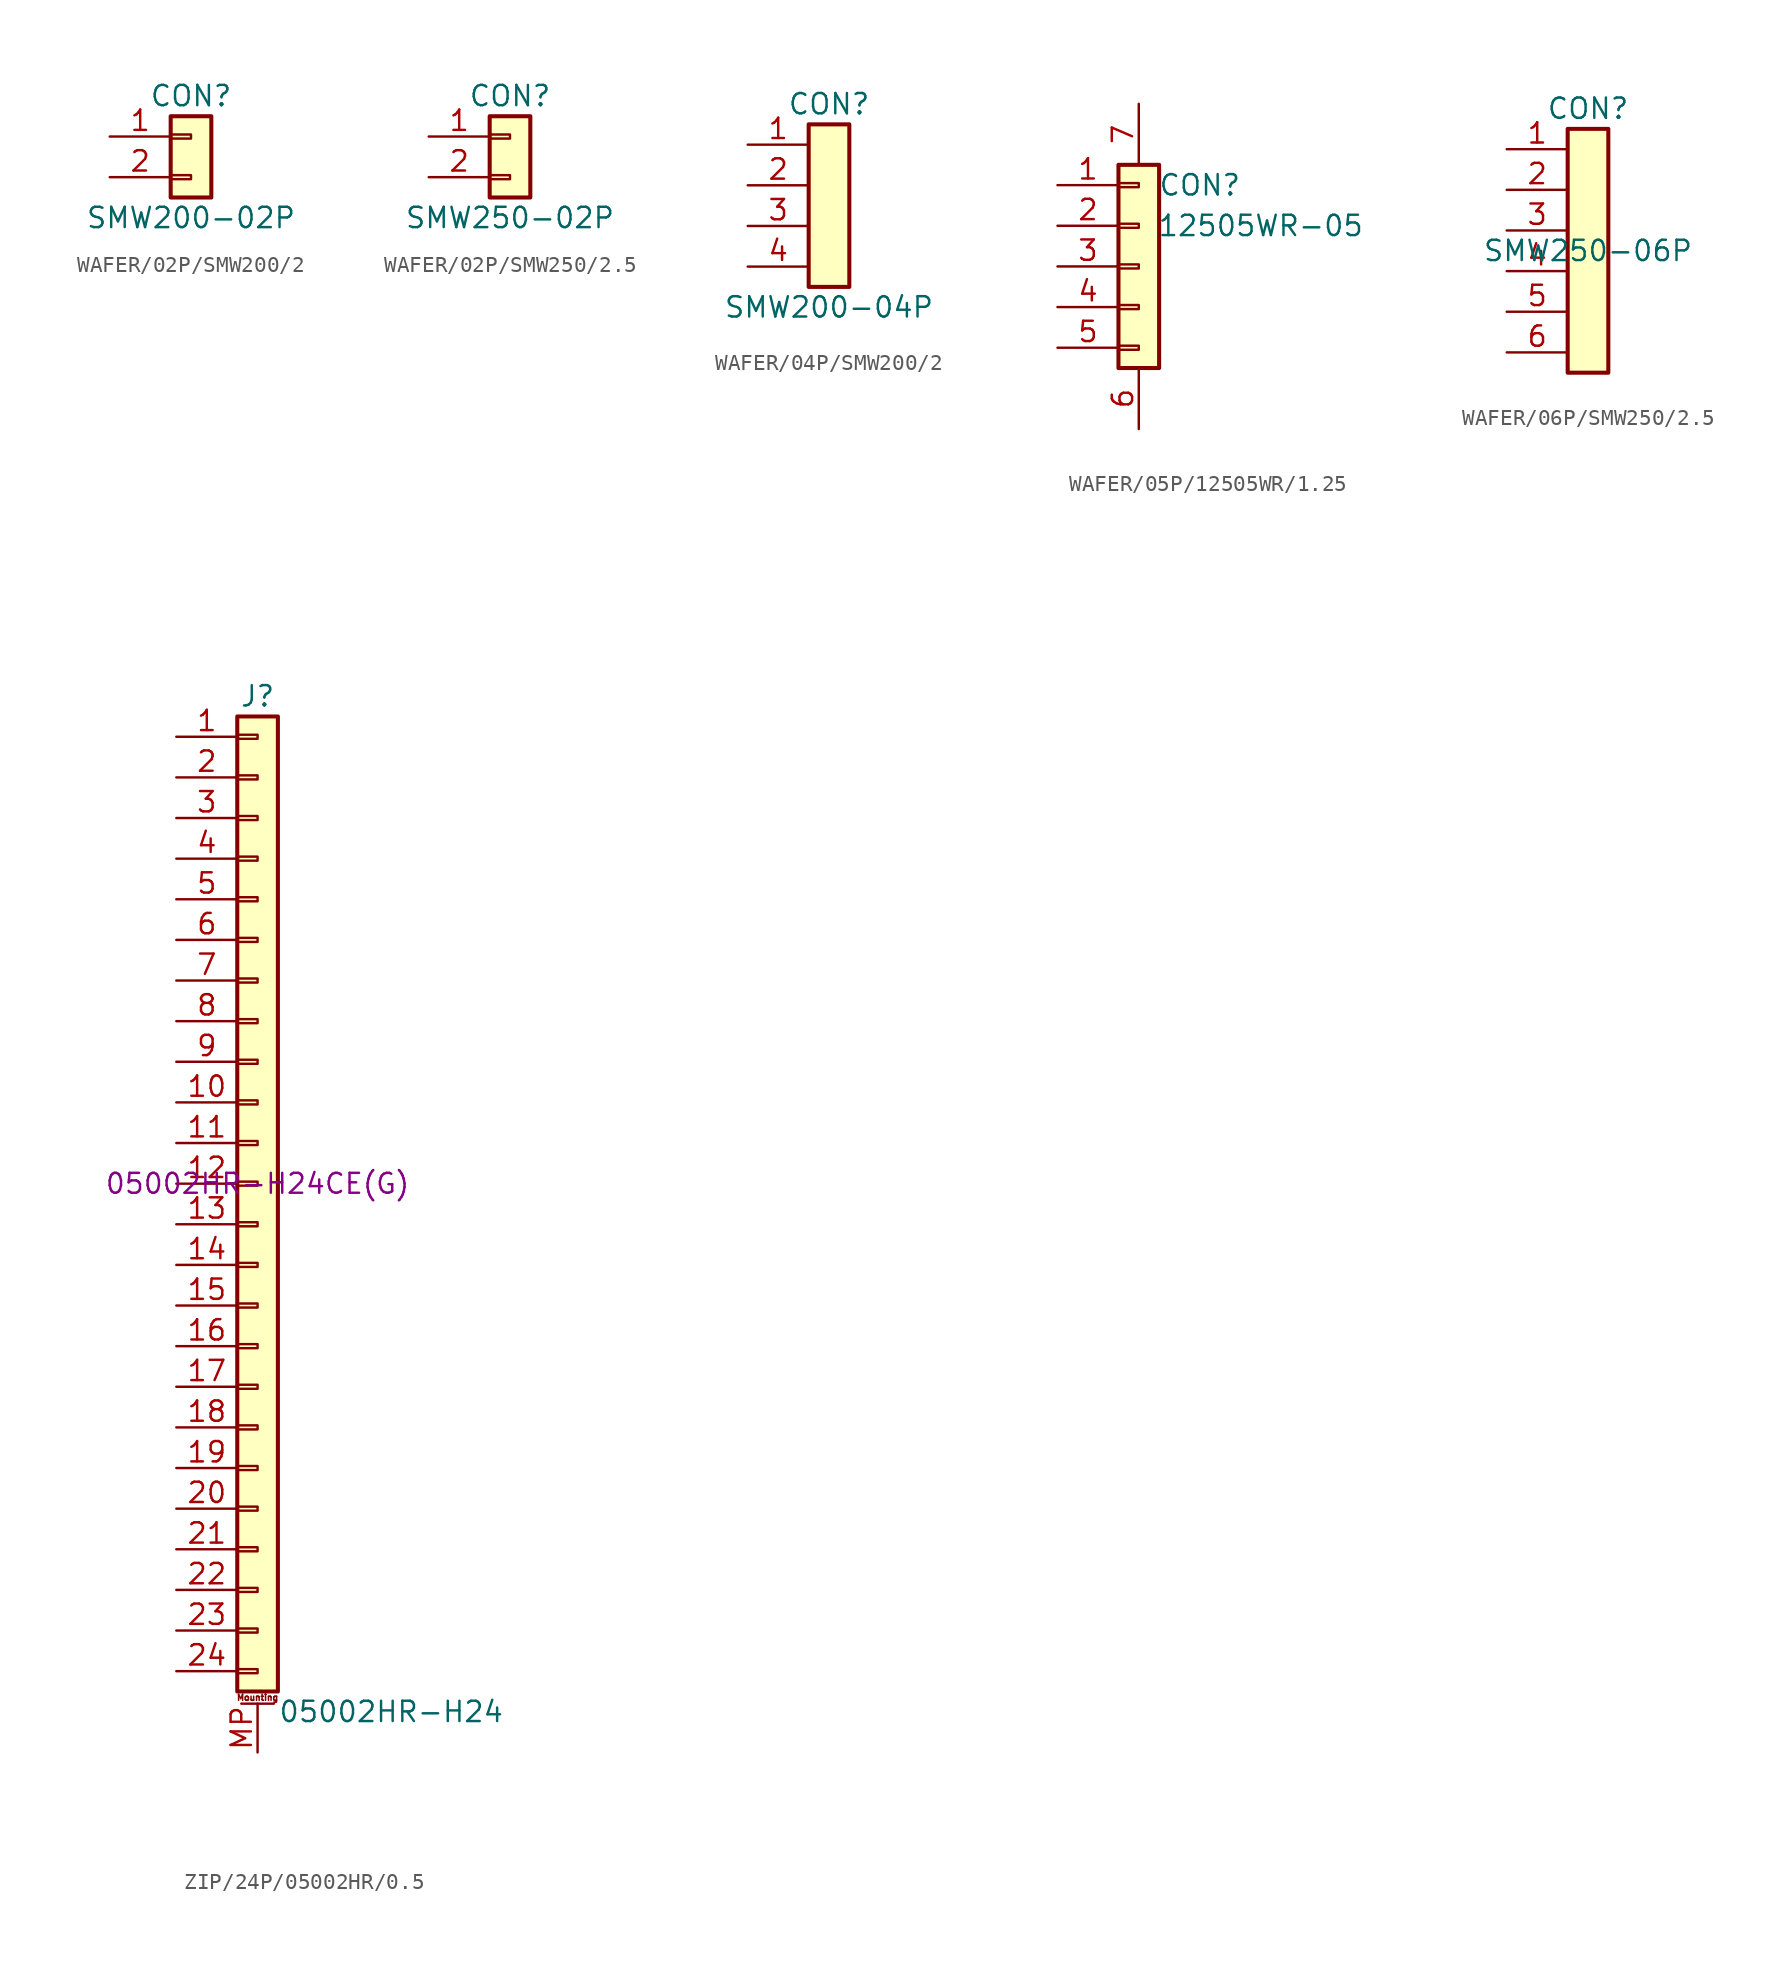
<source format=kicad_sym>
(kicad_symbol_lib
  (version 20220914)
  (generator kicad_symbol_editor)
  (symbol "WAFER/02P/SMW200/2"
    (pin_names
      (offset 1.016) hide)
    (property "Reference" "CON"
      (at 0 3.81 0)
      (effects (font (size 1.27 1.27))))
    (property "Value" "SMW200-02P"
      (at 0 -3.81 0)
      (effects (font (size 1.27 1.27))))
    (symbol "WAFER/02P/SMW200/2_1_1"
      (rectangle (start -1.27 -1.143) (end 0 -1.397) (stroke (width 0.152) (type default)) (fill (type none)))
      (rectangle (start -1.27 1.397) (end 0 1.143) (stroke (width 0.152) (type default)) (fill (type none)))
      (rectangle (start -1.27 2.54) (end 1.27 -2.54) (stroke (width 0.254) (type default)) (fill (type background)))
      (pin passive line (at -5.08 1.27 0) (length 3.81) (name "Pin_1" (effects (font (size 1.27 1.27)))) (number "1" (effects (font (size 1.27 1.27)))))
      (pin passive line (at -5.08 -1.27 0) (length 3.81) (name "Pin_2" (effects (font (size 1.27 1.27)))) (number "2" (effects (font (size 1.27 1.27)))))))
  (symbol "WAFER/02P/SMW250/2.5"
    (pin_names
      (offset 1.016) hide)
    (property "Reference" "CON"
      (at 0 3.81 0)
      (effects (font (size 1.27 1.27))))
    (property "Value" "SMW250-02P"
      (at 0 -3.81 0)
      (effects (font (size 1.27 1.27))))
    (symbol "WAFER/02P/SMW250/2.5_1_1"
      (rectangle (start -1.27 -1.143) (end 0 -1.397) (stroke (width 0.152) (type default)) (fill (type none)))
      (rectangle (start -1.27 1.397) (end 0 1.143) (stroke (width 0.152) (type default)) (fill (type none)))
      (rectangle (start -1.27 2.54) (end 1.27 -2.54) (stroke (width 0.254) (type default)) (fill (type background)))
      (pin passive line (at -5.08 1.27 0) (length 3.81) (name "Pin_1" (effects (font (size 1.27 1.27)))) (number "1" (effects (font (size 1.27 1.27)))))
      (pin passive line (at -5.08 -1.27 0) (length 3.81) (name "Pin_2" (effects (font (size 1.27 1.27)))) (number "2" (effects (font (size 1.27 1.27)))))))
  (symbol "WAFER/04P/SMW200/2"
    (pin_names
      (offset 1.016) hide)
    (property "Reference" "CON"
      (at 0 6.35 0)
      (effects (font (size 1.27 1.27))))
    (property "Value" "SMW200-04P"
      (at 0 -6.35 0)
      (effects (font (size 1.27 1.27))))
    (symbol "WAFER/04P/SMW200/2_1_1"
      (rectangle (start -1.27 5.08) (end 1.27 -5.08) (stroke (width 0.254) (type default)) (fill (type background)))
      (pin passive line (at -5.08 3.81 0) (length 3.81) (name "Pin_1" (effects (font (size 1.27 1.27)))) (number "1" (effects (font (size 1.27 1.27)))))
      (pin passive line (at -5.08 1.27 0) (length 3.81) (name "Pin_2" (effects (font (size 1.27 1.27)))) (number "2" (effects (font (size 1.27 1.27)))))
      (pin passive line (at -5.08 -1.27 0) (length 3.81) (name "Pin_3" (effects (font (size 1.27 1.27)))) (number "3" (effects (font (size 1.27 1.27)))))
      (pin passive line (at -5.08 -3.81 0) (length 3.81) (name "Pin_4" (effects (font (size 1.27 1.27)))) (number "4" (effects (font (size 1.27 1.27)))))))
  (symbol "WAFER/05P/12505WR/1.25"
    (pin_names
      (offset 1.016) hide)
    (property "Reference" "CON"
      (at 3.81 5.08 0)
      (effects (font (size 1.27 1.27))))
    (property "Value" "12505WR-05"
      (at 7.62 2.54 0)
      (effects (font (size 1.27 1.27))))
    (symbol "WAFER/05P/12505WR/1.25_1_1"
      (rectangle (start -1.27 -4.953) (end 0 -5.207) (stroke (width 0.152) (type default)) (fill (type none)))
      (rectangle (start -1.27 -2.413) (end 0 -2.667) (stroke (width 0.152) (type default)) (fill (type none)))
      (rectangle (start -1.27 0.127) (end 0 -0.127) (stroke (width 0.152) (type default)) (fill (type none)))
      (rectangle (start -1.27 2.667) (end 0 2.413) (stroke (width 0.152) (type default)) (fill (type none)))
      (rectangle (start -1.27 5.207) (end 0 4.953) (stroke (width 0.152) (type default)) (fill (type none)))
      (rectangle (start -1.27 6.35) (end 1.27 -6.35) (stroke (width 0.254) (type default)) (fill (type background)))
      (pin passive line (at -5.08 5.08 0) (length 3.81) (name "Pin_1" (effects (font (size 1.27 1.27)))) (number "1" (effects (font (size 1.27 1.27)))))
      (pin passive line (at -5.08 2.54 0) (length 3.81) (name "Pin_2" (effects (font (size 1.27 1.27)))) (number "2" (effects (font (size 1.27 1.27)))))
      (pin passive line (at -5.08 0 0) (length 3.81) (name "Pin_3" (effects (font (size 1.27 1.27)))) (number "3" (effects (font (size 1.27 1.27)))))
      (pin passive line (at -5.08 -2.54 0) (length 3.81) (name "Pin_4" (effects (font (size 1.27 1.27)))) (number "4" (effects (font (size 1.27 1.27)))))
      (pin passive line (at -5.08 -5.08 0) (length 3.81) (name "Pin_5" (effects (font (size 1.27 1.27)))) (number "5" (effects (font (size 1.27 1.27)))))
      (pin power_in line (at 0 -10.16 90) (length 3.81) (name "G" (effects (font (size 1.27 1.27)))) (number "6" (effects (font (size 1.27 1.27)))))
      (pin power_in line (at 0 10.16 270) (length 3.81) (name "G" (effects (font (size 1.27 1.27)))) (number "7" (effects (font (size 1.27 1.27)))))))
  (symbol "WAFER/06P/SMW250/2.5"
    (pin_names
      (offset 1.016) hide)
    (property "Reference" "CON"
      (at 0 8.89 0)
      (effects (font (size 1.27 1.27))))
    (property "Value" "SMW250-06P"
      (at 0 0 0)
      (effects (font (size 1.27 1.27))))
    (symbol "WAFER/06P/SMW250/2.5_1_1"
      (rectangle (start -1.27 7.62) (end 1.27 -7.62) (stroke (width 0.254) (type default)) (fill (type background)))
      (pin passive line (at -5.08 6.35 0) (length 3.81) (name "Pin_1" (effects (font (size 1.27 1.27)))) (number "1" (effects (font (size 1.27 1.27)))))
      (pin passive line (at -5.08 3.81 0) (length 3.81) (name "Pin_2" (effects (font (size 1.27 1.27)))) (number "2" (effects (font (size 1.27 1.27)))))
      (pin passive line (at -5.08 1.27 0) (length 3.81) (name "Pin_3" (effects (font (size 1.27 1.27)))) (number "3" (effects (font (size 1.27 1.27)))))
      (pin passive line (at -5.08 -1.27 0) (length 3.81) (name "Pin_4" (effects (font (size 1.27 1.27)))) (number "4" (effects (font (size 1.27 1.27)))))
      (pin passive line (at -5.08 -3.81 0) (length 3.81) (name "Pin_5" (effects (font (size 1.27 1.27)))) (number "5" (effects (font (size 1.27 1.27)))))
      (pin passive line (at -5.08 -6.35 0) (length 3.81) (name "Pin_6" (effects (font (size 1.27 1.27)))) (number "6" (effects (font (size 1.27 1.27)))))))
  (symbol "ZIP/24P/05002HR/0.5"
    (pin_names
      (offset 1.016) hide)
    (property "Reference" "J"
      (at 0 30.48 0)
      (effects (font (size 1.27 1.27))))
    (property "Value" "05002HR-H24"
      (at 1.27 -33.02 0)
      (effects (font (size 1.27 1.27)) (justify left)))
    (property "PART NUMBER" "05002HR-H24CE(G)"
      (at 0 0 0)
      (effects (font (size 1.245 1.245))))
    (symbol "ZIP/24P/05002HR/0.5_1_1"
      (rectangle (start -1.27 -30.353) (end 0 -30.607) (stroke (width 0.152) (type default)) (fill (type none)))
      (rectangle (start -1.27 -27.813) (end 0 -28.067) (stroke (width 0.152) (type default)) (fill (type none)))
      (rectangle (start -1.27 -25.273) (end 0 -25.527) (stroke (width 0.152) (type default)) (fill (type none)))
      (rectangle (start -1.27 -22.733) (end 0 -22.987) (stroke (width 0.152) (type default)) (fill (type none)))
      (rectangle (start -1.27 -20.193) (end 0 -20.447) (stroke (width 0.152) (type default)) (fill (type none)))
      (rectangle (start -1.27 -17.653) (end 0 -17.907) (stroke (width 0.152) (type default)) (fill (type none)))
      (rectangle (start -1.27 -15.113) (end 0 -15.367) (stroke (width 0.152) (type default)) (fill (type none)))
      (rectangle (start -1.27 -12.573) (end 0 -12.827) (stroke (width 0.152) (type default)) (fill (type none)))
      (rectangle (start -1.27 -10.033) (end 0 -10.287) (stroke (width 0.152) (type default)) (fill (type none)))
      (rectangle (start -1.27 -7.493) (end 0 -7.747) (stroke (width 0.152) (type default)) (fill (type none)))
      (rectangle (start -1.27 -4.953) (end 0 -5.207) (stroke (width 0.152) (type default)) (fill (type none)))
      (rectangle (start -1.27 -2.413) (end 0 -2.667) (stroke (width 0.152) (type default)) (fill (type none)))
      (rectangle (start -1.27 0.127) (end 0 -0.127) (stroke (width 0.152) (type default)) (fill (type none)))
      (rectangle (start -1.27 2.667) (end 0 2.413) (stroke (width 0.152) (type default)) (fill (type none)))
      (rectangle (start -1.27 5.207) (end 0 4.953) (stroke (width 0.152) (type default)) (fill (type none)))
      (rectangle (start -1.27 7.747) (end 0 7.493) (stroke (width 0.152) (type default)) (fill (type none)))
      (rectangle (start -1.27 10.287) (end 0 10.033) (stroke (width 0.152) (type default)) (fill (type none)))
      (rectangle (start -1.27 12.827) (end 0 12.573) (stroke (width 0.152) (type default)) (fill (type none)))
      (rectangle (start -1.27 15.367) (end 0 15.113) (stroke (width 0.152) (type default)) (fill (type none)))
      (rectangle (start -1.27 17.907) (end 0 17.653) (stroke (width 0.152) (type default)) (fill (type none)))
      (rectangle (start -1.27 20.447) (end 0 20.193) (stroke (width 0.152) (type default)) (fill (type none)))
      (rectangle (start -1.27 22.987) (end 0 22.733) (stroke (width 0.152) (type default)) (fill (type none)))
      (rectangle (start -1.27 25.527) (end 0 25.273) (stroke (width 0.152) (type default)) (fill (type none)))
      (rectangle (start -1.27 28.067) (end 0 27.813) (stroke (width 0.152) (type default)) (fill (type none)))
      (rectangle (start -1.27 29.21) (end 1.27 -31.75) (stroke (width 0.254) (type default)) (fill (type background)))
      (polyline (pts (xy -1.016 -32.512) (xy 1.016 -32.512)) (stroke (width 0.152) (type default)) (fill (type none)))
      (text "Mounting" (at 0 -32.131 0) (effects (font (size 0.381 0.381))))
      (pin passive line (at -5.08 27.94 0) (length 3.81) (name "Pin_1" (effects (font (size 1.27 1.27)))) (number "1" (effects (font (size 1.27 1.27)))))
      (pin passive line (at -5.08 5.08 0) (length 3.81) (name "Pin_10" (effects (font (size 1.27 1.27)))) (number "10" (effects (font (size 1.27 1.27)))))
      (pin passive line (at -5.08 2.54 0) (length 3.81) (name "Pin_11" (effects (font (size 1.27 1.27)))) (number "11" (effects (font (size 1.27 1.27)))))
      (pin passive line (at -5.08 0 0) (length 3.81) (name "Pin_12" (effects (font (size 1.27 1.27)))) (number "12" (effects (font (size 1.27 1.27)))))
      (pin passive line (at -5.08 -2.54 0) (length 3.81) (name "Pin_13" (effects (font (size 1.27 1.27)))) (number "13" (effects (font (size 1.27 1.27)))))
      (pin passive line (at -5.08 -5.08 0) (length 3.81) (name "Pin_14" (effects (font (size 1.27 1.27)))) (number "14" (effects (font (size 1.27 1.27)))))
      (pin passive line (at -5.08 -7.62 0) (length 3.81) (name "Pin_15" (effects (font (size 1.27 1.27)))) (number "15" (effects (font (size 1.27 1.27)))))
      (pin passive line (at -5.08 -10.16 0) (length 3.81) (name "Pin_16" (effects (font (size 1.27 1.27)))) (number "16" (effects (font (size 1.27 1.27)))))
      (pin passive line (at -5.08 -12.7 0) (length 3.81) (name "Pin_17" (effects (font (size 1.27 1.27)))) (number "17" (effects (font (size 1.27 1.27)))))
      (pin passive line (at -5.08 -15.24 0) (length 3.81) (name "Pin_18" (effects (font (size 1.27 1.27)))) (number "18" (effects (font (size 1.27 1.27)))))
      (pin passive line (at -5.08 -17.78 0) (length 3.81) (name "Pin_19" (effects (font (size 1.27 1.27)))) (number "19" (effects (font (size 1.27 1.27)))))
      (pin passive line (at -5.08 25.4 0) (length 3.81) (name "Pin_2" (effects (font (size 1.27 1.27)))) (number "2" (effects (font (size 1.27 1.27)))))
      (pin passive line (at -5.08 -20.32 0) (length 3.81) (name "Pin_20" (effects (font (size 1.27 1.27)))) (number "20" (effects (font (size 1.27 1.27)))))
      (pin passive line (at -5.08 -22.86 0) (length 3.81) (name "Pin_21" (effects (font (size 1.27 1.27)))) (number "21" (effects (font (size 1.27 1.27)))))
      (pin passive line (at -5.08 -25.4 0) (length 3.81) (name "Pin_22" (effects (font (size 1.27 1.27)))) (number "22" (effects (font (size 1.27 1.27)))))
      (pin passive line (at -5.08 -27.94 0) (length 3.81) (name "Pin_23" (effects (font (size 1.27 1.27)))) (number "23" (effects (font (size 1.27 1.27)))))
      (pin passive line (at -5.08 -30.48 0) (length 3.81) (name "Pin_24" (effects (font (size 1.27 1.27)))) (number "24" (effects (font (size 1.27 1.27)))))
      (pin passive line (at -5.08 22.86 0) (length 3.81) (name "Pin_3" (effects (font (size 1.27 1.27)))) (number "3" (effects (font (size 1.27 1.27)))))
      (pin passive line (at -5.08 20.32 0) (length 3.81) (name "Pin_4" (effects (font (size 1.27 1.27)))) (number "4" (effects (font (size 1.27 1.27)))))
      (pin passive line (at -5.08 17.78 0) (length 3.81) (name "Pin_5" (effects (font (size 1.27 1.27)))) (number "5" (effects (font (size 1.27 1.27)))))
      (pin passive line (at -5.08 15.24 0) (length 3.81) (name "Pin_6" (effects (font (size 1.27 1.27)))) (number "6" (effects (font (size 1.27 1.27)))))
      (pin passive line (at -5.08 12.7 0) (length 3.81) (name "Pin_7" (effects (font (size 1.27 1.27)))) (number "7" (effects (font (size 1.27 1.27)))))
      (pin passive line (at -5.08 10.16 0) (length 3.81) (name "Pin_8" (effects (font (size 1.27 1.27)))) (number "8" (effects (font (size 1.27 1.27)))))
      (pin passive line (at -5.08 7.62 0) (length 3.81) (name "Pin_9" (effects (font (size 1.27 1.27)))) (number "9" (effects (font (size 1.27 1.27)))))
      (pin passive line (at 0 -35.56 90) (length 3.048) (name "MountPin" (effects (font (size 1.27 1.27)))) (number "MP" (effects (font (size 1.27 1.27))))))))
</source>
